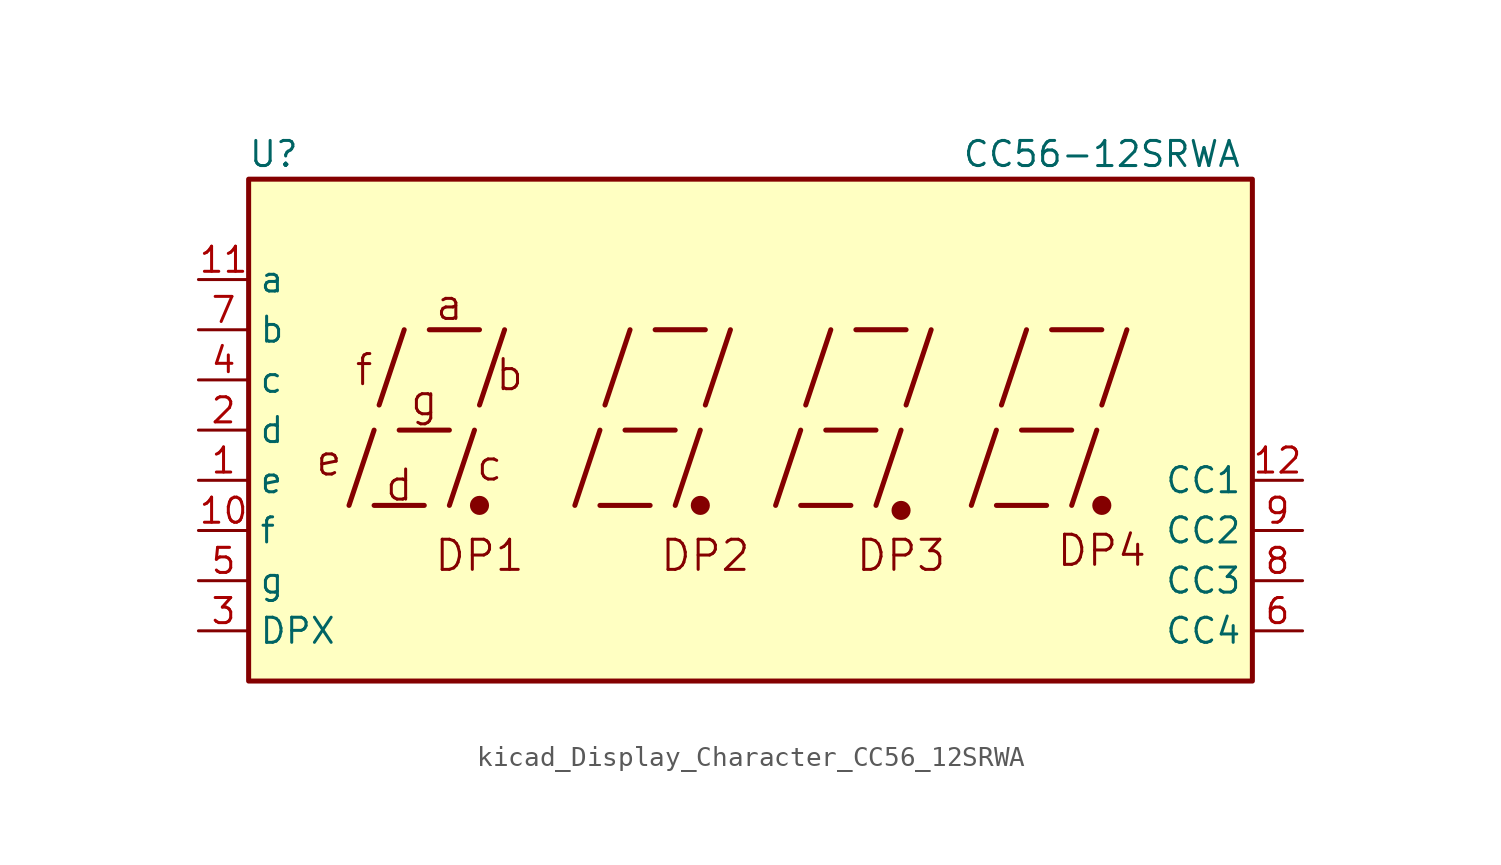
<source format=kicad_sym>
(kicad_symbol_lib
  (version 20220914)
  (generator kicad_symbol_editor)
  (symbol "kicad_Display_Character_CC56_12SRWA"
    (property "Reference" "U"
      (at -24.13 13.97 0)
      (effects (font (size 1.27 1.27))))
    (property "Value" "CC56-12SRWA"
      (at 17.78 13.97 0)
      (effects (font (size 1.27 1.27))))
    (symbol "kicad_Display_Character_CC56_12SRWA_0_0"
      (rectangle (start -25.4 12.7) (end 25.4 -12.7) (stroke (width 0.254) (type default)) (fill (type background)))
      (polyline (pts (xy -20.32 -3.81) (xy -19.05 0)) (stroke (width 0.254) (type default)) (fill (type none)))
      (polyline (pts (xy -19.05 -3.81) (xy -16.51 -3.81)) (stroke (width 0.254) (type default)) (fill (type none)))
      (polyline (pts (xy -18.796 1.27) (xy -17.526 5.08)) (stroke (width 0.254) (type default)) (fill (type none)))
      (polyline (pts (xy -17.78 0) (xy -15.24 0)) (stroke (width 0.254) (type default)) (fill (type none)))
      (polyline (pts (xy -16.256 5.08) (xy -13.716 5.08)) (stroke (width 0.254) (type default)) (fill (type none)))
      (polyline (pts (xy -15.24 -3.81) (xy -13.97 0)) (stroke (width 0.254) (type default)) (fill (type none)))
      (polyline (pts (xy -13.716 1.27) (xy -12.446 5.08)) (stroke (width 0.254) (type default)) (fill (type none)))
      (polyline (pts (xy -8.89 -3.81) (xy -7.62 0)) (stroke (width 0.254) (type default)) (fill (type none)))
      (polyline (pts (xy -7.62 -3.81) (xy -5.08 -3.81)) (stroke (width 0.254) (type default)) (fill (type none)))
      (polyline (pts (xy -7.366 1.27) (xy -6.096 5.08)) (stroke (width 0.254) (type default)) (fill (type none)))
      (polyline (pts (xy -6.35 0) (xy -3.81 0)) (stroke (width 0.254) (type default)) (fill (type none)))
      (polyline (pts (xy -4.826 5.08) (xy -2.286 5.08)) (stroke (width 0.254) (type default)) (fill (type none)))
      (polyline (pts (xy -3.81 -3.81) (xy -2.54 0)) (stroke (width 0.254) (type default)) (fill (type none)))
      (polyline (pts (xy -2.286 1.27) (xy -1.016 5.08)) (stroke (width 0.254) (type default)) (fill (type none)))
      (polyline (pts (xy 1.27 -3.81) (xy 2.54 0)) (stroke (width 0.254) (type default)) (fill (type none)))
      (polyline (pts (xy 2.54 -3.81) (xy 5.08 -3.81)) (stroke (width 0.254) (type default)) (fill (type none)))
      (polyline (pts (xy 2.794 1.27) (xy 4.064 5.08)) (stroke (width 0.254) (type default)) (fill (type none)))
      (polyline (pts (xy 3.81 0) (xy 6.35 0)) (stroke (width 0.254) (type default)) (fill (type none)))
      (polyline (pts (xy 5.334 5.08) (xy 7.874 5.08)) (stroke (width 0.254) (type default)) (fill (type none)))
      (polyline (pts (xy 6.35 -3.81) (xy 7.62 0)) (stroke (width 0.254) (type default)) (fill (type none)))
      (polyline (pts (xy 7.874 1.27) (xy 9.144 5.08)) (stroke (width 0.254) (type default)) (fill (type none)))
      (polyline (pts (xy 11.176 -3.81) (xy 12.446 0)) (stroke (width 0.254) (type default)) (fill (type none)))
      (polyline (pts (xy 12.446 -3.81) (xy 14.986 -3.81)) (stroke (width 0.254) (type default)) (fill (type none)))
      (polyline (pts (xy 12.7 1.27) (xy 13.97 5.08)) (stroke (width 0.254) (type default)) (fill (type none)))
      (polyline (pts (xy 13.716 0) (xy 16.256 0)) (stroke (width 0.254) (type default)) (fill (type none)))
      (polyline (pts (xy 15.24 5.08) (xy 17.78 5.08)) (stroke (width 0.254) (type default)) (fill (type none)))
      (polyline (pts (xy 16.256 -3.81) (xy 17.526 0)) (stroke (width 0.254) (type default)) (fill (type none)))
      (polyline (pts (xy 17.78 1.27) (xy 19.05 5.08)) (stroke (width 0.254) (type default)) (fill (type none)))
      (text "a" (at -15.24 6.35 0) (effects (font (size 1.524 1.524))))
      (text "b" (at -12.192 2.794 0) (effects (font (size 1.524 1.524))))
      (text "c" (at -13.208 -1.778 0) (effects (font (size 1.524 1.524))))
      (text "d" (at -17.78 -2.794 0) (effects (font (size 1.524 1.524))))
      (text "DP1" (at -13.716 -6.35 0) (effects (font (size 1.524 1.524))))
      (text "DP2" (at -2.286 -6.35 0) (effects (font (size 1.524 1.524))))
      (text "DP3" (at 7.62 -6.35 0) (effects (font (size 1.524 1.524))))
      (text "DP4" (at 17.78 -6.096 0) (effects (font (size 1.524 1.524))))
      (text "e" (at -21.336 -1.524 0) (effects (font (size 1.524 1.524))))
      (text "f" (at -19.558 3.048 0) (effects (font (size 1.524 1.524))))
      (text "g" (at -16.51 1.524 0) (effects (font (size 1.524 1.524)))))
    (symbol "kicad_Display_Character_CC56_12SRWA_0_1"
      (circle (center -13.716 -3.81) (radius 0.356) (stroke (width 0.254) (type default)) (fill (type outline)))
      (circle (center -2.54 -3.81) (radius 0.356) (stroke (width 0.254) (type default)) (fill (type outline))))
    (symbol "kicad_Display_Character_CC56_12SRWA_1_0"
      (circle (center 7.62 -4.064) (radius 0.356) (stroke (width 0.254) (type default)) (fill (type outline)))
      (circle (center 17.78 -3.81) (radius 0.356) (stroke (width 0.254) (type default)) (fill (type outline))))
    (symbol "kicad_Display_Character_CC56_12SRWA_1_1"
      (pin input line (at -27.94 -2.54 0) (length 2.54) (name "e" (effects (font (size 1.27 1.27)))) (number "1" (effects (font (size 1.27 1.27)))))
      (pin input line (at -27.94 -5.08 0) (length 2.54) (name "f" (effects (font (size 1.27 1.27)))) (number "10" (effects (font (size 1.27 1.27)))))
      (pin input line (at -27.94 7.62 0) (length 2.54) (name "a" (effects (font (size 1.27 1.27)))) (number "11" (effects (font (size 1.27 1.27)))))
      (pin input line (at 27.94 -2.54 180) (length 2.54) (name "CC1" (effects (font (size 1.27 1.27)))) (number "12" (effects (font (size 1.27 1.27)))))
      (pin input line (at -27.94 0 0) (length 2.54) (name "d" (effects (font (size 1.27 1.27)))) (number "2" (effects (font (size 1.27 1.27)))))
      (pin input line (at -27.94 -10.16 0) (length 2.54) (name "DPX" (effects (font (size 1.27 1.27)))) (number "3" (effects (font (size 1.27 1.27)))))
      (pin input line (at -27.94 2.54 0) (length 2.54) (name "c" (effects (font (size 1.27 1.27)))) (number "4" (effects (font (size 1.27 1.27)))))
      (pin input line (at -27.94 -7.62 0) (length 2.54) (name "g" (effects (font (size 1.27 1.27)))) (number "5" (effects (font (size 1.27 1.27)))))
      (pin input line (at 27.94 -10.16 180) (length 2.54) (name "CC4" (effects (font (size 1.27 1.27)))) (number "6" (effects (font (size 1.27 1.27)))))
      (pin input line (at -27.94 5.08 0) (length 2.54) (name "b" (effects (font (size 1.27 1.27)))) (number "7" (effects (font (size 1.27 1.27)))))
      (pin input line (at 27.94 -7.62 180) (length 2.54) (name "CC3" (effects (font (size 1.27 1.27)))) (number "8" (effects (font (size 1.27 1.27)))))
      (pin input line (at 27.94 -5.08 180) (length 2.54) (name "CC2" (effects (font (size 1.27 1.27)))) (number "9" (effects (font (size 1.27 1.27))))))))
</source>
